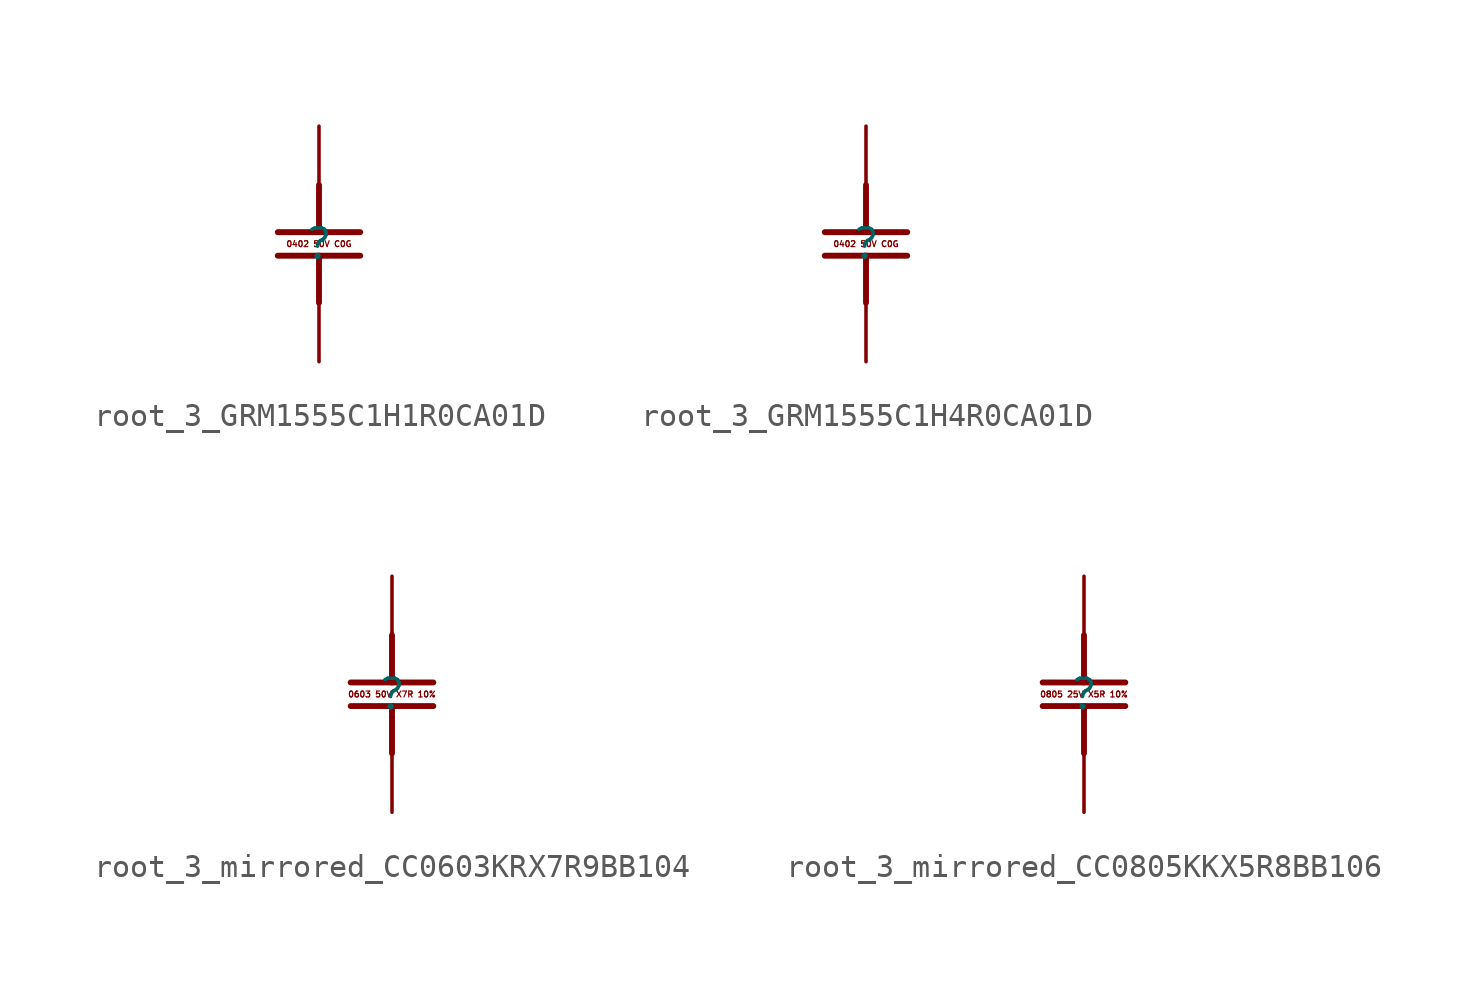
<source format=kicad_sym>
(kicad_symbol_lib
  (version 20231120)
  (generator "kicad_symbol_editor")
  (generator_version "8.0")
  (symbol "root_3_GRM1555C1H1R0CA01D"
    (property "Reference" ""
      (at 0 0 0)
      (effects (font (size 1.27 1.27))))
    (property "Value" ""
      (at 0 0 0)
      (effects (font (size 1.27 1.27))))
    (symbol "root_3_GRM1555C1H1R0CA01D_1_0"
      (polyline (pts (xy -1.778 -0.508) (xy 1.778 -0.508)) (stroke (width 0.254) (type solid)) (fill (type none)))
      (polyline (pts (xy 0 -0.508) (xy 0 -2.54)) (stroke (width 0.254) (type solid)) (fill (type none)))
      (polyline (pts (xy 0 2.54) (xy 0 0.508)) (stroke (width 0.254) (type solid)) (fill (type none)))
      (polyline (pts (xy 1.778 0.508) (xy -1.778 0.508)) (stroke (width 0.254) (type solid)) (fill (type none)))
      (text "0402 50V C0G" (at 0 0 0) (effects (font (size 0.254 0.254) (thickness 0.051) (bold yes))))
      (pin passive line (at 0 5.08 270) (length 2.54) (name "1" (effects (font (size 0 0)))) (number "1" (effects (font (size 0 0)))))
      (pin passive line (at 0 -5.08 90) (length 2.54) (name "2" (effects (font (size 0 0)))) (number "2" (effects (font (size 0 0)))))))
  (symbol "root_3_GRM1555C1H4R0CA01D"
    (property "Reference" ""
      (at 0 0 0)
      (effects (font (size 1.27 1.27))))
    (property "Value" ""
      (at 0 0 0)
      (effects (font (size 1.27 1.27))))
    (symbol "root_3_GRM1555C1H4R0CA01D_1_0"
      (polyline (pts (xy -1.778 -0.508) (xy 1.778 -0.508)) (stroke (width 0.254) (type solid)) (fill (type none)))
      (polyline (pts (xy 0 -0.508) (xy 0 -2.54)) (stroke (width 0.254) (type solid)) (fill (type none)))
      (polyline (pts (xy 0 2.54) (xy 0 0.508)) (stroke (width 0.254) (type solid)) (fill (type none)))
      (polyline (pts (xy 1.778 0.508) (xy -1.778 0.508)) (stroke (width 0.254) (type solid)) (fill (type none)))
      (text "0402 50V C0G" (at 0 0 0) (effects (font (size 0.254 0.254) (thickness 0.051) (bold yes))))
      (pin passive line (at 0 5.08 270) (length 2.54) (name "1" (effects (font (size 0 0)))) (number "1" (effects (font (size 0 0)))))
      (pin passive line (at 0 -5.08 90) (length 2.54) (name "2" (effects (font (size 0 0)))) (number "2" (effects (font (size 0 0)))))))
  (symbol "root_3_mirrored_CC0603KRX7R9BB104"
    (property "Reference" ""
      (at 0 0 0)
      (effects (font (size 1.27 1.27))))
    (property "Value" ""
      (at 0 0 0)
      (effects (font (size 1.27 1.27))))
    (symbol "root_3_mirrored_CC0603KRX7R9BB104_1_0"
      (polyline (pts (xy -1.778 0.508) (xy 1.778 0.508)) (stroke (width 0.254) (type solid)) (fill (type none)))
      (polyline (pts (xy 0 -0.508) (xy 0 -2.54)) (stroke (width 0.254) (type solid)) (fill (type none)))
      (polyline (pts (xy 0 2.54) (xy 0 0.508)) (stroke (width 0.254) (type solid)) (fill (type none)))
      (polyline (pts (xy 1.778 -0.508) (xy -1.778 -0.508)) (stroke (width 0.254) (type solid)) (fill (type none)))
      (text "0603 50V X7R 10%" (at 0 0 0) (effects (font (size 0.254 0.254) (thickness 0.051) (bold yes))))
      (pin passive line (at 0 5.08 270) (length 2.54) (name "1" (effects (font (size 0 0)))) (number "1" (effects (font (size 0 0)))))
      (pin passive line (at 0 -5.08 90) (length 2.54) (name "2" (effects (font (size 0 0)))) (number "2" (effects (font (size 0 0)))))))
  (symbol "root_3_mirrored_CC0805KKX5R8BB106"
    (property "Reference" ""
      (at 0 0 0)
      (effects (font (size 1.27 1.27))))
    (property "Value" ""
      (at 0 0 0)
      (effects (font (size 1.27 1.27))))
    (symbol "root_3_mirrored_CC0805KKX5R8BB106_1_0"
      (polyline (pts (xy -1.778 0.508) (xy 1.778 0.508)) (stroke (width 0.254) (type solid)) (fill (type none)))
      (polyline (pts (xy 0 -0.508) (xy 0 -2.54)) (stroke (width 0.254) (type solid)) (fill (type none)))
      (polyline (pts (xy 0 2.54) (xy 0 0.508)) (stroke (width 0.254) (type solid)) (fill (type none)))
      (polyline (pts (xy 1.778 -0.508) (xy -1.778 -0.508)) (stroke (width 0.254) (type solid)) (fill (type none)))
      (text "0805 25V X5R 10%" (at 0 0 0) (effects (font (size 0.254 0.254) (thickness 0.051) (bold yes))))
      (pin passive line (at 0 5.08 270) (length 2.54) (name "1" (effects (font (size 0 0)))) (number "1" (effects (font (size 0 0)))))
      (pin passive line (at 0 -5.08 90) (length 2.54) (name "2" (effects (font (size 0 0)))) (number "2" (effects (font (size 0 0))))))))
</source>
